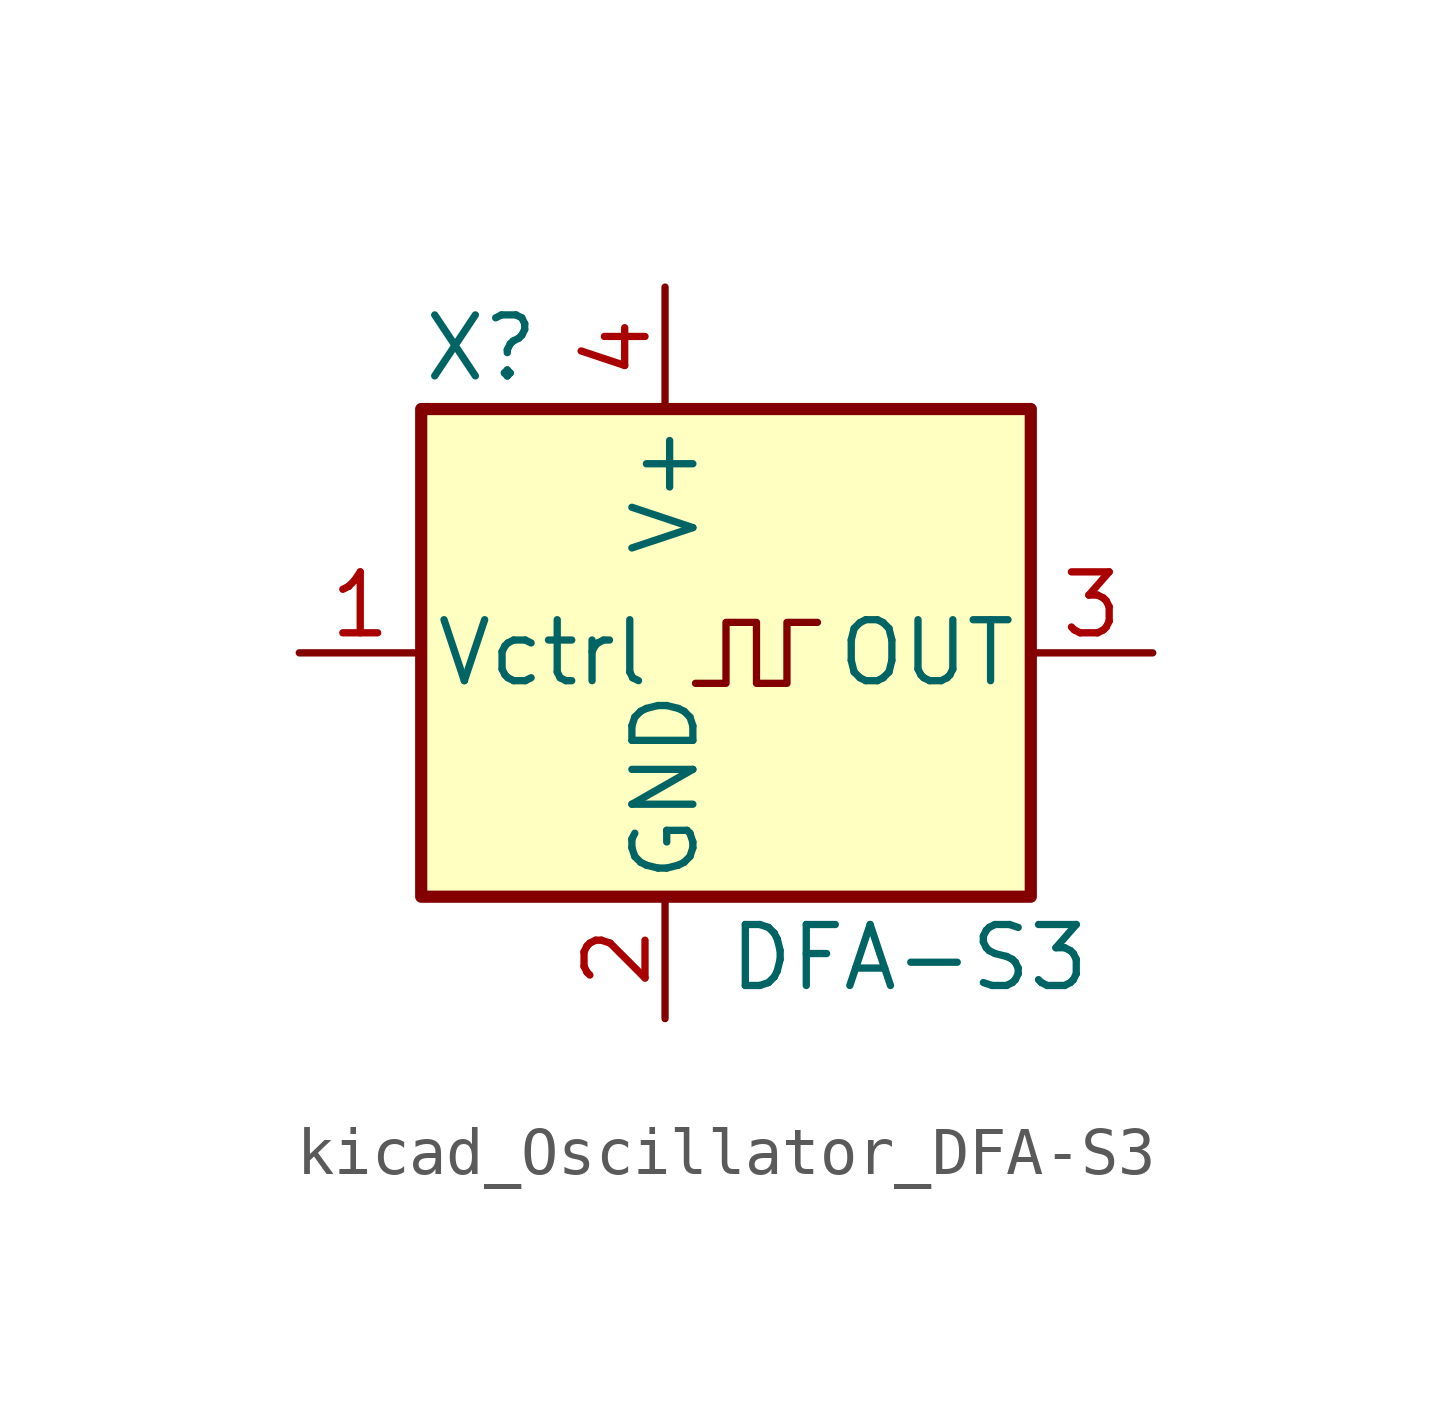
<source format=kicad_sym>
(kicad_symbol_lib
  (version 20220914)
  (generator kicad_symbol_editor)
  (symbol "kicad_Oscillator_DFA-S3"
    (pin_names
      (offset 0.254))
    (property "Reference" "X"
      (at -5.08 6.35 0)
      (effects (font (size 1.27 1.27)) (justify left)))
    (property "Value" "DFA-S3"
      (at 1.27 -6.35 0)
      (effects (font (size 1.27 1.27)) (justify left)))
    (symbol "kicad_Oscillator_DFA-S3_0_1"
      (rectangle (start -5.08 5.08) (end 7.62 -5.08) (stroke (width 0.254) (type default)) (fill (type background)))
      (polyline (pts (xy 0.635 -0.635) (xy 1.27 -0.635) (xy 1.27 0.635) (xy 1.905 0.635) (xy 1.905 -0.635) (xy 2.54 -0.635) (xy 2.54 0.635) (xy 3.175 0.635)) (stroke (width 0) (type default)) (fill (type none))))
    (symbol "kicad_Oscillator_DFA-S3_1_1"
      (pin input line (at -7.62 0 0) (length 2.54) (name "Vctrl" (effects (font (size 1.27 1.27)))) (number "1" (effects (font (size 1.27 1.27)))))
      (pin power_in line (at 0 -7.62 90) (length 2.54) (name "GND" (effects (font (size 1.27 1.27)))) (number "2" (effects (font (size 1.27 1.27)))))
      (pin output line (at 10.16 0 180) (length 2.54) (name "OUT" (effects (font (size 1.27 1.27)))) (number "3" (effects (font (size 1.27 1.27)))))
      (pin power_in line (at 0 7.62 270) (length 2.54) (name "V+" (effects (font (size 1.27 1.27)))) (number "4" (effects (font (size 1.27 1.27))))))))
</source>
